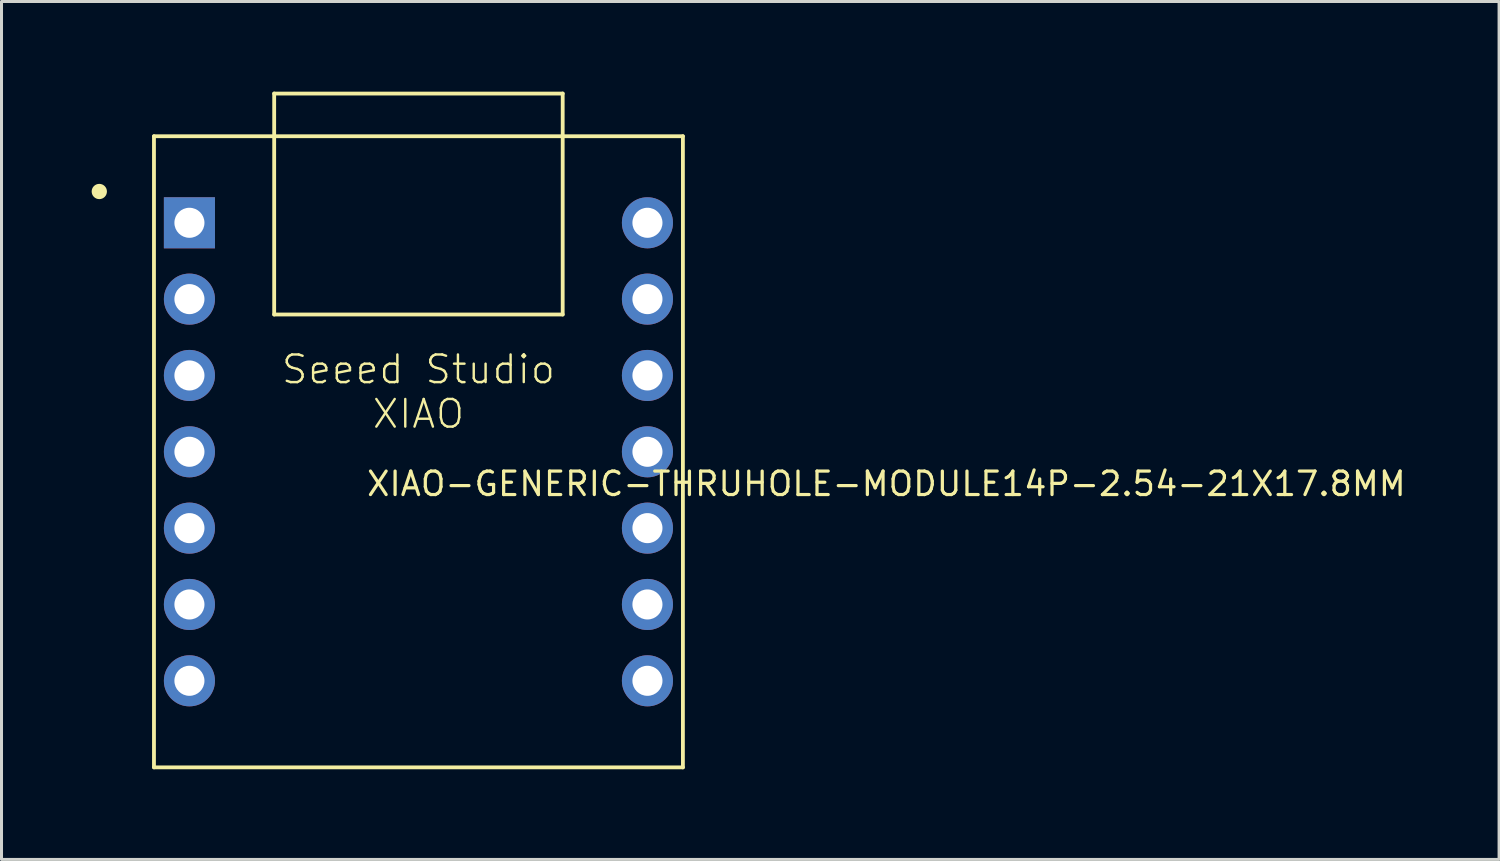
<source format=kicad_pcb>
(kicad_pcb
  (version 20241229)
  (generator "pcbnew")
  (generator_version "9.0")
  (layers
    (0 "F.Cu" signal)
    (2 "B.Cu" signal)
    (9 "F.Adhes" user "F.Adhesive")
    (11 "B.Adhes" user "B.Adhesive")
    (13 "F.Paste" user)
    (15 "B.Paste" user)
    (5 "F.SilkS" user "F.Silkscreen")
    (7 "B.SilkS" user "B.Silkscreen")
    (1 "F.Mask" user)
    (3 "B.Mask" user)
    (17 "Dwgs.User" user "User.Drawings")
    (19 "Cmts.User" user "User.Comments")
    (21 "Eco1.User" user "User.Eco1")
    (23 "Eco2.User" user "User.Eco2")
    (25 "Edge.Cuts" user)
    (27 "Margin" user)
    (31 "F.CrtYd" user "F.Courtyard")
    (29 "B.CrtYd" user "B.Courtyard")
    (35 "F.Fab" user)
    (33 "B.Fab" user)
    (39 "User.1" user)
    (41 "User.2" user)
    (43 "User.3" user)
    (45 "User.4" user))
  (footprint "XIAO-GENERIC-THRUHOLE-MODULE14P-2.54-21X17.8MM"
    (layer "F.Cu")
    (at 10.873 11.983)
    (property "Reference" "XIAO-GENERIC-THRUHOLE-MODULE14P-2.54-21X17.8MM" (at -1.778 1.524 0) (layer "F.SilkS") (effects (font (size 0.782 0.782) (thickness 0.107)) (justify left bottom)))
    (fp_line (start -8.8 -10.5) (end -8.8 10.5) (stroke (width 0.127) (type solid)) (layer "F.SilkS"))
    (fp_line (start -8.8 10.5) (end 8.8 10.5) (stroke (width 0.127) (type solid)) (layer "F.SilkS"))
    (fp_line (start -4.8 -11.92) (end 4.8 -11.92) (stroke (width 0.127) (type solid)) (layer "F.SilkS"))
    (fp_line (start -4.8 -4.568) (end -4.8 -11.92) (stroke (width 0.127) (type solid)) (layer "F.SilkS"))
    (fp_line (start 4.8 -11.92) (end 4.8 -4.568) (stroke (width 0.127) (type solid)) (layer "F.SilkS"))
    (fp_line (start 4.8 -4.568) (end -4.8 -4.568) (stroke (width 0.127) (type solid)) (layer "F.SilkS"))
    (fp_line (start 8.8 -10.5) (end -8.8 -10.5) (stroke (width 0.127) (type solid)) (layer "F.SilkS"))
    (fp_line (start 8.8 10.5) (end 8.8 -10.5) (stroke (width 0.127) (type solid)) (layer "F.SilkS"))
    (fp_circle (center -10.619 -8.661) (end -10.492 -8.661) (stroke (width 0.254) (type solid)) (fill yes) (layer "F.SilkS"))
    (fp_text user "Seeed Studio\nXIAO" (at 0 -2 0) (layer "F.SilkS") (effects (font (size 0.92 0.92) (thickness 0.08))))
    (pad "1" thru_hole rect (at -7.62 -7.62) (size 1.7 1.7) (drill 1) (layers "*.Cu" "*.Mask"))
    (pad "2" thru_hole circle (at -7.62 -5.08) (size 1.7 1.7) (drill 1) (layers "*.Cu" "*.Mask"))
    (pad "3" thru_hole circle (at -7.62 -2.54) (size 1.7 1.7) (drill 1) (layers "*.Cu" "*.Mask"))
    (pad "4" thru_hole circle (at -7.62 0) (size 1.7 1.7) (drill 1) (layers "*.Cu" "*.Mask"))
    (pad "5" thru_hole circle (at -7.62 2.54) (size 1.7 1.7) (drill 1) (layers "*.Cu" "*.Mask"))
    (pad "6" thru_hole circle (at -7.62 5.08) (size 1.7 1.7) (drill 1) (layers "*.Cu" "*.Mask"))
    (pad "7" thru_hole circle (at -7.62 7.62) (size 1.7 1.7) (drill 1) (layers "*.Cu" "*.Mask"))
    (pad "8" thru_hole circle (at 7.62 7.62) (size 1.7 1.7) (drill 1) (layers "*.Cu" "*.Mask"))
    (pad "9" thru_hole circle (at 7.62 5.08) (size 1.7 1.7) (drill 1) (layers "*.Cu" "*.Mask"))
    (pad "10" thru_hole circle (at 7.62 2.54) (size 1.7 1.7) (drill 1) (layers "*.Cu" "*.Mask"))
    (pad "11" thru_hole circle (at 7.62 0) (size 1.7 1.7) (drill 1) (layers "*.Cu" "*.Mask"))
    (pad "12" thru_hole circle (at 7.62 -2.54) (size 1.7 1.7) (drill 1) (layers "*.Cu" "*.Mask"))
    (pad "13" thru_hole circle (at 7.62 -5.08) (size 1.7 1.7) (drill 1) (layers "*.Cu" "*.Mask"))
    (pad "14" thru_hole circle (at 7.62 -7.62) (size 1.7 1.7) (drill 1) (layers "*.Cu" "*.Mask")))
  (gr_rect
    (start -3 -3)
    (end 46.83 25.547)
    (stroke (width 0.1) (type default))
    (fill no)
    (layer "Edge.Cuts")))
</source>
